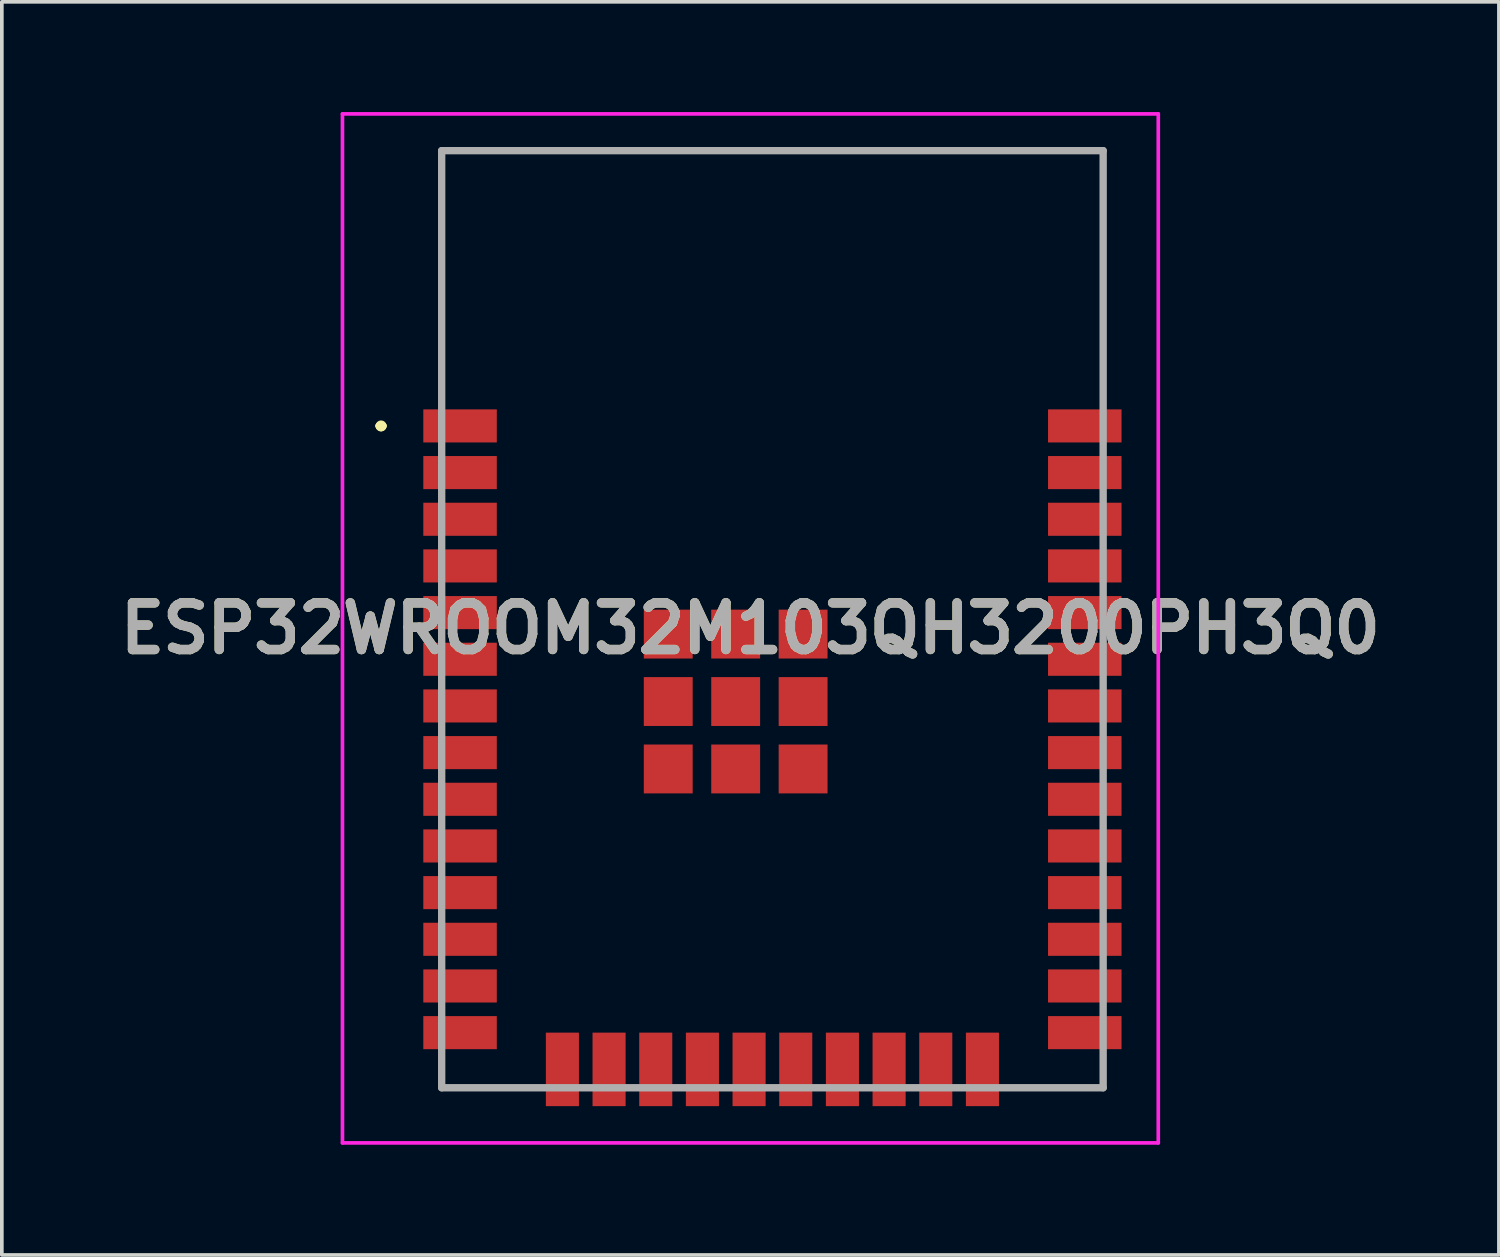
<source format=kicad_pcb>
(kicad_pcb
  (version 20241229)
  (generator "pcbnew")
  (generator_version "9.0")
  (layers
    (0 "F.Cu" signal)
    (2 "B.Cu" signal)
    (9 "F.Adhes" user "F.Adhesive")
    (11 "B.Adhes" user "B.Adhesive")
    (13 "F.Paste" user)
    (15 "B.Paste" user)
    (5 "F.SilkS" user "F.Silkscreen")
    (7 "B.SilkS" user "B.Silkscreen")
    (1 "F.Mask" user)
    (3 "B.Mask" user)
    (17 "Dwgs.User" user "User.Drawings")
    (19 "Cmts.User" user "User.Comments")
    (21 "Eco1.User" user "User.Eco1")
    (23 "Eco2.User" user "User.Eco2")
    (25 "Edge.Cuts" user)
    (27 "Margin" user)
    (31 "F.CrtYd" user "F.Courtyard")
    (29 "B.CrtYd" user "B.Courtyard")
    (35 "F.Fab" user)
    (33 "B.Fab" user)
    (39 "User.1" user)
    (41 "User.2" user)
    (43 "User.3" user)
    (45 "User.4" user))
  (footprint "ESP32WROOM32M103QH3200PH3Q0"
    (layer "F.Cu")
    (at 17.969 13.8)
    (property "Reference" "ESP32WROOM32M103QH3200PH3Q0" (at -0.6 0.25 0) (layer "F.SilkS") (effects (font (size 1.27 1.27) (thickness 0.254))))
    (attr smd)
    (fp_line (start -10.7 -5.26) (end -10.7 -5.26) (stroke (width 0.2) (type solid)) (layer "F.SilkS"))
    (fp_line (start -10.7 -5.26) (end -10.7 -5.26) (stroke (width 0.2) (type solid)) (layer "F.SilkS"))
    (fp_line (start -10.6 -5.26) (end -10.6 -5.26) (stroke (width 0.2) (type solid)) (layer "F.SilkS"))
    (fp_line (start -9 -12.75) (end -9 -12.75) (stroke (width 0.1) (type solid)) (layer "F.SilkS"))
    (fp_line (start -9 -12.75) (end -9 -12.75) (stroke (width 0.1) (type solid)) (layer "F.SilkS"))
    (fp_line (start -9 -12.75) (end -9 -6.25) (stroke (width 0.1) (type solid)) (layer "F.SilkS"))
    (fp_line (start -9 -12.75) (end 9 -12.75) (stroke (width 0.1) (type solid)) (layer "F.SilkS"))
    (fp_line (start -9 -6.25) (end -9 -12.75) (stroke (width 0.1) (type solid)) (layer "F.SilkS"))
    (fp_line (start -9 -6.25) (end -9 -6.25) (stroke (width 0.1) (type solid)) (layer "F.SilkS"))
    (fp_line (start -9 12.25) (end -9 12.25) (stroke (width 0.1) (type solid)) (layer "F.SilkS"))
    (fp_line (start -9 12.25) (end -9 12.75) (stroke (width 0.1) (type solid)) (layer "F.SilkS"))
    (fp_line (start -9 12.75) (end -9 12.25) (stroke (width 0.1) (type solid)) (layer "F.SilkS"))
    (fp_line (start -9 12.75) (end -9 12.75) (stroke (width 0.1) (type solid)) (layer "F.SilkS"))
    (fp_line (start -9 12.75) (end -9 12.75) (stroke (width 0.1) (type solid)) (layer "F.SilkS"))
    (fp_line (start -9 12.75) (end -6.75 12.75) (stroke (width 0.1) (type solid)) (layer "F.SilkS"))
    (fp_line (start -6.75 12.75) (end -9 12.75) (stroke (width 0.1) (type solid)) (layer "F.SilkS"))
    (fp_line (start -6.75 12.75) (end -6.75 12.75) (stroke (width 0.1) (type solid)) (layer "F.SilkS"))
    (fp_line (start 6.75 12.75) (end 6.75 12.75) (stroke (width 0.1) (type solid)) (layer "F.SilkS"))
    (fp_line (start 6.75 12.75) (end 9 12.75) (stroke (width 0.1) (type solid)) (layer "F.SilkS"))
    (fp_line (start 9 -12.75) (end -9 -12.75) (stroke (width 0.1) (type solid)) (layer "F.SilkS"))
    (fp_line (start 9 -12.75) (end 9 -12.75) (stroke (width 0.1) (type solid)) (layer "F.SilkS"))
    (fp_line (start 9 -12.75) (end 9 -12.75) (stroke (width 0.1) (type solid)) (layer "F.SilkS"))
    (fp_line (start 9 -12.75) (end 9 -6.25) (stroke (width 0.1) (type solid)) (layer "F.SilkS"))
    (fp_line (start 9 -6.25) (end 9 -12.75) (stroke (width 0.1) (type solid)) (layer "F.SilkS"))
    (fp_line (start 9 -6.25) (end 9 -6.25) (stroke (width 0.1) (type solid)) (layer "F.SilkS"))
    (fp_line (start 9 12.25) (end 9 12.25) (stroke (width 0.1) (type solid)) (layer "F.SilkS"))
    (fp_line (start 9 12.25) (end 9 12.75) (stroke (width 0.1) (type solid)) (layer "F.SilkS"))
    (fp_line (start 9 12.75) (end 6.75 12.75) (stroke (width 0.1) (type solid)) (layer "F.SilkS"))
    (fp_line (start 9 12.75) (end 9 12.25) (stroke (width 0.1) (type solid)) (layer "F.SilkS"))
    (fp_line (start 9 12.75) (end 9 12.75) (stroke (width 0.1) (type solid)) (layer "F.SilkS"))
    (fp_line (start 9 12.75) (end 9 12.75) (stroke (width 0.1) (type solid)) (layer "F.SilkS"))
    (fp_arc (start -10.7 -5.26) (mid -10.65 -5.31) (end -10.6 -5.26) (stroke (width 0.2) (type solid)) (layer "F.SilkS"))
    (fp_arc (start -10.6 -5.26) (mid -10.65 -5.21) (end -10.7 -5.26) (stroke (width 0.2) (type solid)) (layer "F.SilkS"))
    (fp_arc (start -10.6 -5.26) (mid -10.65 -5.21) (end -10.7 -5.26) (stroke (width 0.2) (type solid)) (layer "F.SilkS"))
    (fp_line (start -11.7 -13.75) (end 10.5 -13.75) (stroke (width 0.1) (type solid)) (layer "F.CrtYd"))
    (fp_line (start -11.7 14.25) (end -11.7 -13.75) (stroke (width 0.1) (type solid)) (layer "F.CrtYd"))
    (fp_line (start 10.5 -13.75) (end 10.5 14.25) (stroke (width 0.1) (type solid)) (layer "F.CrtYd"))
    (fp_line (start 10.5 14.25) (end -11.7 14.25) (stroke (width 0.1) (type solid)) (layer "F.CrtYd"))
    (fp_line (start -9 -12.75) (end -9 12.75) (stroke (width 0.2) (type solid)) (layer "F.Fab"))
    (fp_line (start -9 12.75) (end 9 12.75) (stroke (width 0.2) (type solid)) (layer "F.Fab"))
    (fp_line (start 9 -12.75) (end -9 -12.75) (stroke (width 0.2) (type solid)) (layer "F.Fab"))
    (fp_line (start 9 12.75) (end 9 -12.75) (stroke (width 0.2) (type solid)) (layer "F.Fab"))
    (fp_text user "${REFERENCE}" (at -0.6 0.25 0) (layer "F.Fab") (effects (font (size 1.27 1.27) (thickness 0.254))))
    (pad "1" smd rect (at -8.5 -5.26 90) (size 0.9 2) (layers "F.Cu" "F.Mask" "F.Paste"))
    (pad "2" smd rect (at -8.5 -3.99 90) (size 0.9 2) (layers "F.Cu" "F.Mask" "F.Paste"))
    (pad "3" smd rect (at -8.5 -2.72 90) (size 0.9 2) (layers "F.Cu" "F.Mask" "F.Paste"))
    (pad "4" smd rect (at -8.5 -1.45 90) (size 0.9 2) (layers "F.Cu" "F.Mask" "F.Paste"))
    (pad "5" smd rect (at -8.5 -0.18 90) (size 0.9 2) (layers "F.Cu" "F.Mask" "F.Paste"))
    (pad "6" smd rect (at -8.5 1.09 90) (size 0.9 2) (layers "F.Cu" "F.Mask" "F.Paste"))
    (pad "7" smd rect (at -8.5 2.36 90) (size 0.9 2) (layers "F.Cu" "F.Mask" "F.Paste"))
    (pad "8" smd rect (at -8.5 3.63 90) (size 0.9 2) (layers "F.Cu" "F.Mask" "F.Paste"))
    (pad "9" smd rect (at -8.5 4.9 90) (size 0.9 2) (layers "F.Cu" "F.Mask" "F.Paste"))
    (pad "10" smd rect (at -8.5 6.17 90) (size 0.9 2) (layers "F.Cu" "F.Mask" "F.Paste"))
    (pad "11" smd rect (at -8.5 7.44 90) (size 0.9 2) (layers "F.Cu" "F.Mask" "F.Paste"))
    (pad "12" smd rect (at -8.5 8.71 90) (size 0.9 2) (layers "F.Cu" "F.Mask" "F.Paste"))
    (pad "13" smd rect (at -8.5 9.98 90) (size 0.9 2) (layers "F.Cu" "F.Mask" "F.Paste"))
    (pad "14" smd rect (at -8.5 11.25 90) (size 0.9 2) (layers "F.Cu" "F.Mask" "F.Paste"))
    (pad "15" smd rect (at -5.715 12.25) (size 0.9 2) (layers "F.Cu" "F.Mask" "F.Paste"))
    (pad "16" smd rect (at -4.445 12.25) (size 0.9 2) (layers "F.Cu" "F.Mask" "F.Paste"))
    (pad "17" smd rect (at -3.175 12.25) (size 0.9 2) (layers "F.Cu" "F.Mask" "F.Paste"))
    (pad "18" smd rect (at -1.905 12.25) (size 0.9 2) (layers "F.Cu" "F.Mask" "F.Paste"))
    (pad "19" smd rect (at -0.635 12.25) (size 0.9 2) (layers "F.Cu" "F.Mask" "F.Paste"))
    (pad "20" smd rect (at 0.635 12.25) (size 0.9 2) (layers "F.Cu" "F.Mask" "F.Paste"))
    (pad "21" smd rect (at 1.905 12.25) (size 0.9 2) (layers "F.Cu" "F.Mask" "F.Paste"))
    (pad "22" smd rect (at 3.175 12.25) (size 0.9 2) (layers "F.Cu" "F.Mask" "F.Paste"))
    (pad "23" smd rect (at 4.445 12.25) (size 0.9 2) (layers "F.Cu" "F.Mask" "F.Paste"))
    (pad "24" smd rect (at 5.715 12.25) (size 0.9 2) (layers "F.Cu" "F.Mask" "F.Paste"))
    (pad "25" smd rect (at 8.5 11.25 90) (size 0.9 2) (layers "F.Cu" "F.Mask" "F.Paste"))
    (pad "26" smd rect (at 8.5 9.98 90) (size 0.9 2) (layers "F.Cu" "F.Mask" "F.Paste"))
    (pad "27" smd rect (at 8.5 8.71 90) (size 0.9 2) (layers "F.Cu" "F.Mask" "F.Paste"))
    (pad "28" smd rect (at 8.5 7.44 90) (size 0.9 2) (layers "F.Cu" "F.Mask" "F.Paste"))
    (pad "29" smd rect (at 8.5 6.17 90) (size 0.9 2) (layers "F.Cu" "F.Mask" "F.Paste"))
    (pad "30" smd rect (at 8.5 4.9 90) (size 0.9 2) (layers "F.Cu" "F.Mask" "F.Paste"))
    (pad "31" smd rect (at 8.5 3.63 90) (size 0.9 2) (layers "F.Cu" "F.Mask" "F.Paste"))
    (pad "32" smd rect (at 8.5 2.36 90) (size 0.9 2) (layers "F.Cu" "F.Mask" "F.Paste"))
    (pad "33" smd rect (at 8.5 1.09 90) (size 0.9 2) (layers "F.Cu" "F.Mask" "F.Paste"))
    (pad "34" smd rect (at 8.5 -0.18 90) (size 0.9 2) (layers "F.Cu" "F.Mask" "F.Paste"))
    (pad "35" smd rect (at 8.5 -1.45 90) (size 0.9 2) (layers "F.Cu" "F.Mask" "F.Paste"))
    (pad "36" smd rect (at 8.5 -2.72 90) (size 0.9 2) (layers "F.Cu" "F.Mask" "F.Paste"))
    (pad "37" smd rect (at 8.5 -3.99 90) (size 0.9 2) (layers "F.Cu" "F.Mask" "F.Paste"))
    (pad "38" smd rect (at 8.5 -5.26 90) (size 0.9 2) (layers "F.Cu" "F.Mask" "F.Paste"))
    (pad "39" smd rect (at -2.835 0.405) (size 1.33 1.33) (layers "F.Cu" "F.Mask" "F.Paste"))
    (pad "40" smd rect (at -2.835 2.24) (size 1.33 1.33) (layers "F.Cu" "F.Mask" "F.Paste"))
    (pad "41" smd rect (at -2.835 4.075) (size 1.33 1.33) (layers "F.Cu" "F.Mask" "F.Paste"))
    (pad "42" smd rect (at -1 4.075) (size 1.33 1.33) (layers "F.Cu" "F.Mask" "F.Paste"))
    (pad "43" smd rect (at 0.835 4.075) (size 1.33 1.33) (layers "F.Cu" "F.Mask" "F.Paste"))
    (pad "44" smd rect (at 0.835 2.24) (size 1.33 1.33) (layers "F.Cu" "F.Mask" "F.Paste"))
    (pad "45" smd rect (at 0.835 0.405) (size 1.33 1.33) (layers "F.Cu" "F.Mask" "F.Paste"))
    (pad "46" smd rect (at -1 0.405) (size 1.33 1.33) (layers "F.Cu" "F.Mask" "F.Paste"))
    (pad "47" smd rect (at -1 2.24) (size 1.33 1.33) (layers "F.Cu" "F.Mask" "F.Paste")))
  (gr_rect
    (start -3 -3)
    (end 37.738 31.1)
    (stroke (width 0.1) (type default))
    (fill no)
    (layer "Edge.Cuts")))
</source>
